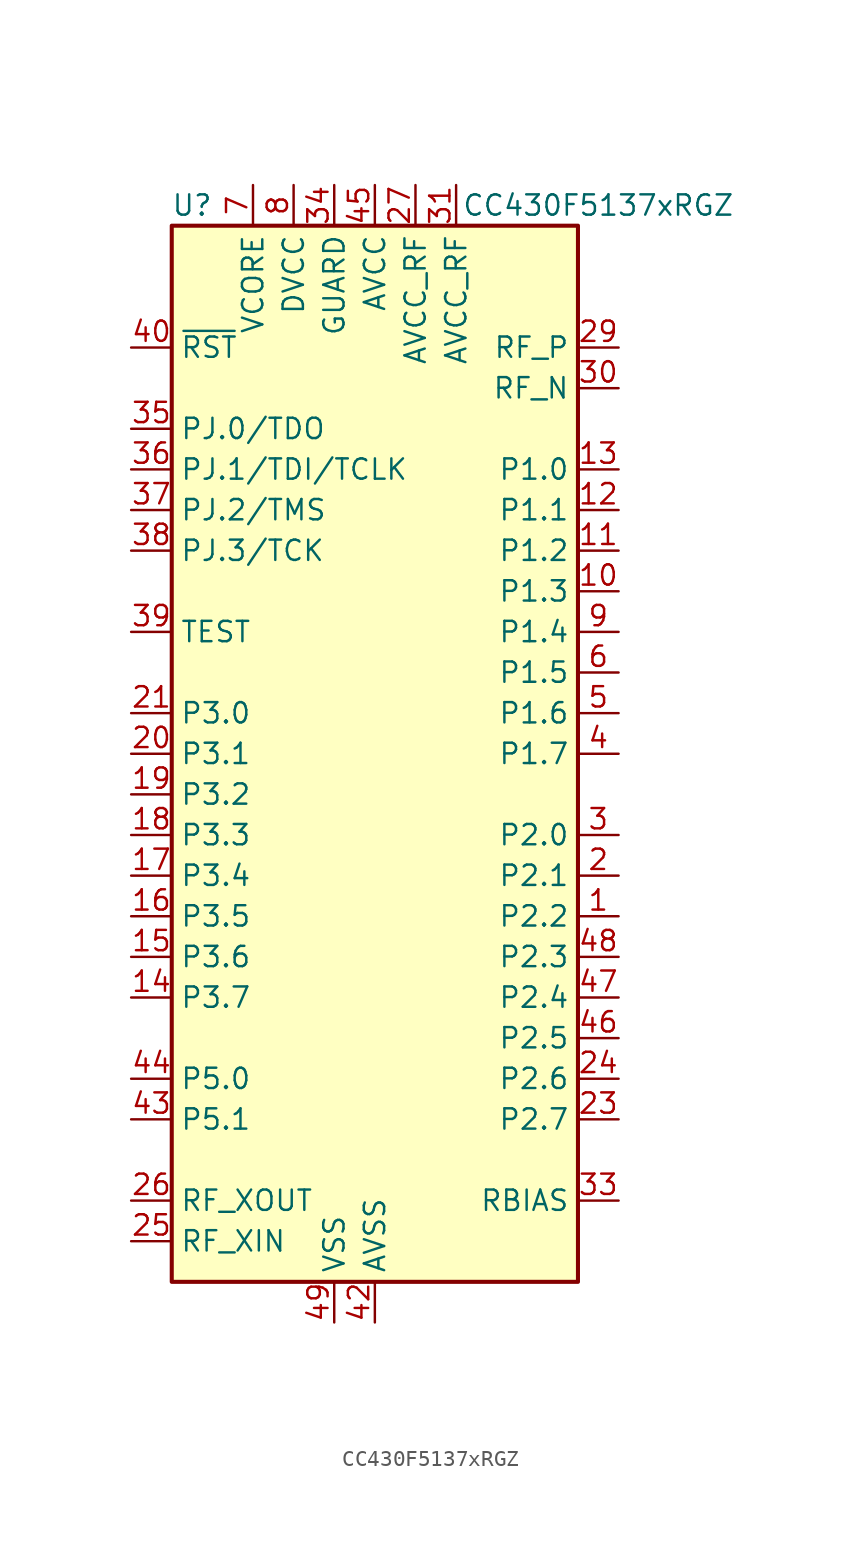
<source format=kicad_sym>
(kicad_symbol_lib
  (version 20201005)
  (generator kicad_symbol_editor)
  (symbol "CC430F5137xRGZ"
    (property "Reference" "U"
      (at -11.43 34.29 0)
      (effects (font (size 1.27 1.27))))
    (property "Value" "CC430F5137xRGZ"
      (at 13.97 34.29 0)
      (effects (font (size 1.27 1.27))))
    (symbol "CC430F5137xRGZ_0_1"
      (rectangle (start -12.7 33.02) (end 12.7 -33.02) (stroke (width 0.254)) (fill (type background))))
    (symbol "CC430F5137xRGZ_1_1"
      (pin bidirectional line (at 15.24 -10.16 180) (length 2.54) (name "P2.2" (effects (font (size 1.27 1.27)))) (number "1" (effects (font (size 1.27 1.27)))))
      (pin bidirectional line (at 15.24 10.16 180) (length 2.54) (name "P1.3" (effects (font (size 1.27 1.27)))) (number "10" (effects (font (size 1.27 1.27)))))
      (pin bidirectional line (at 15.24 12.7 180) (length 2.54) (name "P1.2" (effects (font (size 1.27 1.27)))) (number "11" (effects (font (size 1.27 1.27)))))
      (pin bidirectional line (at 15.24 15.24 180) (length 2.54) (name "P1.1" (effects (font (size 1.27 1.27)))) (number "12" (effects (font (size 1.27 1.27)))))
      (pin bidirectional line (at 15.24 17.78 180) (length 2.54) (name "P1.0" (effects (font (size 1.27 1.27)))) (number "13" (effects (font (size 1.27 1.27)))))
      (pin bidirectional line (at -15.24 -15.24 0) (length 2.54) (name "P3.7" (effects (font (size 1.27 1.27)))) (number "14" (effects (font (size 1.27 1.27)))))
      (pin bidirectional line (at -15.24 -12.7 0) (length 2.54) (name "P3.6" (effects (font (size 1.27 1.27)))) (number "15" (effects (font (size 1.27 1.27)))))
      (pin bidirectional line (at -15.24 -10.16 0) (length 2.54) (name "P3.5" (effects (font (size 1.27 1.27)))) (number "16" (effects (font (size 1.27 1.27)))))
      (pin bidirectional line (at -15.24 -7.62 0) (length 2.54) (name "P3.4" (effects (font (size 1.27 1.27)))) (number "17" (effects (font (size 1.27 1.27)))))
      (pin bidirectional line (at -15.24 -5.08 0) (length 2.54) (name "P3.3" (effects (font (size 1.27 1.27)))) (number "18" (effects (font (size 1.27 1.27)))))
      (pin bidirectional line (at -15.24 -2.54 0) (length 2.54) (name "P3.2" (effects (font (size 1.27 1.27)))) (number "19" (effects (font (size 1.27 1.27)))))
      (pin bidirectional line (at 15.24 -7.62 180) (length 2.54) (name "P2.1" (effects (font (size 1.27 1.27)))) (number "2" (effects (font (size 1.27 1.27)))))
      (pin bidirectional line (at -15.24 0 0) (length 2.54) (name "P3.1" (effects (font (size 1.27 1.27)))) (number "20" (effects (font (size 1.27 1.27)))))
      (pin bidirectional line (at -15.24 2.54 0) (length 2.54) (name "P3.0" (effects (font (size 1.27 1.27)))) (number "21" (effects (font (size 1.27 1.27)))))
      (pin passive line (at -5.08 35.56 270) (length 2.54) hide (name "DVCC" (effects (font (size 1.27 1.27)))) (number "22" (effects (font (size 1.27 1.27)))))
      (pin bidirectional line (at 15.24 -22.86 180) (length 2.54) (name "P2.7" (effects (font (size 1.27 1.27)))) (number "23" (effects (font (size 1.27 1.27)))))
      (pin bidirectional line (at 15.24 -20.32 180) (length 2.54) (name "P2.6" (effects (font (size 1.27 1.27)))) (number "24" (effects (font (size 1.27 1.27)))))
      (pin input line (at -15.24 -30.48 0) (length 2.54) (name "RF_XIN" (effects (font (size 1.27 1.27)))) (number "25" (effects (font (size 1.27 1.27)))))
      (pin output line (at -15.24 -27.94 0) (length 2.54) (name "RF_XOUT" (effects (font (size 1.27 1.27)))) (number "26" (effects (font (size 1.27 1.27)))))
      (pin power_in line (at 2.54 35.56 270) (length 2.54) (name "AVCC_RF" (effects (font (size 1.27 1.27)))) (number "27" (effects (font (size 1.27 1.27)))))
      (pin passive line (at 2.54 35.56 270) (length 2.54) hide (name "AVCC_RF" (effects (font (size 1.27 1.27)))) (number "28" (effects (font (size 1.27 1.27)))))
      (pin passive line (at 15.24 25.4 180) (length 2.54) (name "RF_P" (effects (font (size 1.27 1.27)))) (number "29" (effects (font (size 1.27 1.27)))))
      (pin bidirectional line (at 15.24 -5.08 180) (length 2.54) (name "P2.0" (effects (font (size 1.27 1.27)))) (number "3" (effects (font (size 1.27 1.27)))))
      (pin passive line (at 15.24 22.86 180) (length 2.54) (name "RF_N" (effects (font (size 1.27 1.27)))) (number "30" (effects (font (size 1.27 1.27)))))
      (pin power_in line (at 5.08 35.56 270) (length 2.54) (name "AVCC_RF" (effects (font (size 1.27 1.27)))) (number "31" (effects (font (size 1.27 1.27)))))
      (pin passive line (at 5.08 35.56 270) (length 2.54) hide (name "AVCC_RF" (effects (font (size 1.27 1.27)))) (number "32" (effects (font (size 1.27 1.27)))))
      (pin passive line (at 15.24 -27.94 180) (length 2.54) (name "RBIAS" (effects (font (size 1.27 1.27)))) (number "33" (effects (font (size 1.27 1.27)))))
      (pin power_in line (at -2.54 35.56 270) (length 2.54) (name "GUARD" (effects (font (size 1.27 1.27)))) (number "34" (effects (font (size 1.27 1.27)))))
      (pin bidirectional line (at -15.24 20.32 0) (length 2.54) (name "PJ.0/TDO" (effects (font (size 1.27 1.27)))) (number "35" (effects (font (size 1.27 1.27)))))
      (pin bidirectional line (at -15.24 17.78 0) (length 2.54) (name "PJ.1/TDI/TCLK" (effects (font (size 1.27 1.27)))) (number "36" (effects (font (size 1.27 1.27)))))
      (pin bidirectional line (at -15.24 15.24 0) (length 2.54) (name "PJ.2/TMS" (effects (font (size 1.27 1.27)))) (number "37" (effects (font (size 1.27 1.27)))))
      (pin bidirectional line (at -15.24 12.7 0) (length 2.54) (name "PJ.3/TCK" (effects (font (size 1.27 1.27)))) (number "38" (effects (font (size 1.27 1.27)))))
      (pin bidirectional line (at -15.24 7.62 0) (length 2.54) (name "TEST" (effects (font (size 1.27 1.27)))) (number "39" (effects (font (size 1.27 1.27)))))
      (pin bidirectional line (at 15.24 0 180) (length 2.54) (name "P1.7" (effects (font (size 1.27 1.27)))) (number "4" (effects (font (size 1.27 1.27)))))
      (pin input line (at -15.24 25.4 0) (length 2.54) (name "~RST" (effects (font (size 1.27 1.27)))) (number "40" (effects (font (size 1.27 1.27)))))
      (pin passive line (at -5.08 35.56 270) (length 2.54) hide (name "DVCC" (effects (font (size 1.27 1.27)))) (number "41" (effects (font (size 1.27 1.27)))))
      (pin power_in line (at 0 -35.56 90) (length 2.54) (name "AVSS" (effects (font (size 1.27 1.27)))) (number "42" (effects (font (size 1.27 1.27)))))
      (pin bidirectional line (at -15.24 -22.86 0) (length 2.54) (name "P5.1" (effects (font (size 1.27 1.27)))) (number "43" (effects (font (size 1.27 1.27)))))
      (pin bidirectional line (at -15.24 -20.32 0) (length 2.54) (name "P5.0" (effects (font (size 1.27 1.27)))) (number "44" (effects (font (size 1.27 1.27)))))
      (pin power_in line (at 0 35.56 270) (length 2.54) (name "AVCC" (effects (font (size 1.27 1.27)))) (number "45" (effects (font (size 1.27 1.27)))))
      (pin bidirectional line (at 15.24 -17.78 180) (length 2.54) (name "P2.5" (effects (font (size 1.27 1.27)))) (number "46" (effects (font (size 1.27 1.27)))))
      (pin bidirectional line (at 15.24 -15.24 180) (length 2.54) (name "P2.4" (effects (font (size 1.27 1.27)))) (number "47" (effects (font (size 1.27 1.27)))))
      (pin bidirectional line (at 15.24 -12.7 180) (length 2.54) (name "P2.3" (effects (font (size 1.27 1.27)))) (number "48" (effects (font (size 1.27 1.27)))))
      (pin power_in line (at -2.54 -35.56 90) (length 2.54) (name "VSS" (effects (font (size 1.27 1.27)))) (number "49" (effects (font (size 1.27 1.27)))))
      (pin bidirectional line (at 15.24 2.54 180) (length 2.54) (name "P1.6" (effects (font (size 1.27 1.27)))) (number "5" (effects (font (size 1.27 1.27)))))
      (pin bidirectional line (at 15.24 5.08 180) (length 2.54) (name "P1.5" (effects (font (size 1.27 1.27)))) (number "6" (effects (font (size 1.27 1.27)))))
      (pin power_in line (at -7.62 35.56 270) (length 2.54) (name "VCORE" (effects (font (size 1.27 1.27)))) (number "7" (effects (font (size 1.27 1.27)))))
      (pin power_in line (at -5.08 35.56 270) (length 2.54) (name "DVCC" (effects (font (size 1.27 1.27)))) (number "8" (effects (font (size 1.27 1.27)))))
      (pin bidirectional line (at 15.24 7.62 180) (length 2.54) (name "P1.4" (effects (font (size 1.27 1.27)))) (number "9" (effects (font (size 1.27 1.27))))))))
</source>
